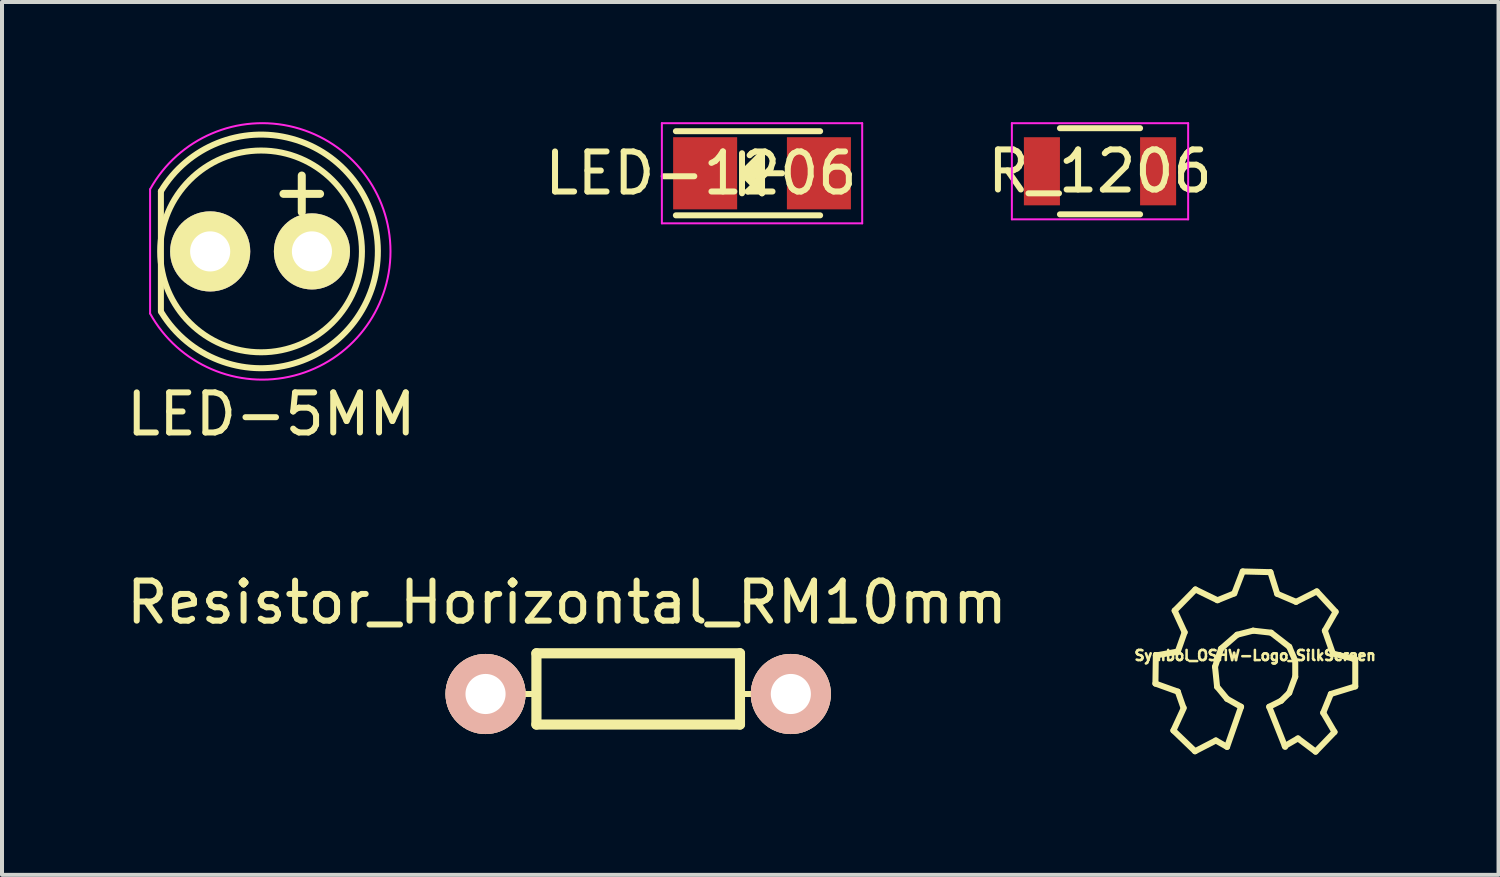
<source format=kicad_pcb>
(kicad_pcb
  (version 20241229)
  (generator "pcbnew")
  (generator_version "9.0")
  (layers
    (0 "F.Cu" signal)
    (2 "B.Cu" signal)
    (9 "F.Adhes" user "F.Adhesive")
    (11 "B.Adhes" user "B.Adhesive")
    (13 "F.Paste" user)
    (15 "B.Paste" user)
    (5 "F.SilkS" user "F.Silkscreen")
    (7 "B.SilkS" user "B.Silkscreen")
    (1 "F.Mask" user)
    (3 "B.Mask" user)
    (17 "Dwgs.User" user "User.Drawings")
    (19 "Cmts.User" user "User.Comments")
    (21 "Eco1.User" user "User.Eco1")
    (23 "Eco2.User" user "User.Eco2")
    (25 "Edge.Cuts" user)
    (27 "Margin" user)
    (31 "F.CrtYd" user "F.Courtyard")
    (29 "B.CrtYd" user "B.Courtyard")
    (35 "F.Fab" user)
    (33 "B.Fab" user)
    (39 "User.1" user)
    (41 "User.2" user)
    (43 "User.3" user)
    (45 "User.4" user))
  (footprint "Symbol_OSHW-Logo_SilkScreen"
    (layer "F.Cu")
    (at 28.278 13.692)
    (property "Reference" "Symbol_OSHW-Logo_SilkScreen" (at 0 -0.381 0) (layer "F.SilkS") (effects (font (size 0.254 0.254) (thickness 0.064))))
    (attr through_hole)
    (fp_line (start -2.489 0.32) (end -1.93 0.521) (stroke (width 0.15) (type solid)) (layer "F.SilkS"))
    (fp_line (start -2.479 -0.381) (end -2.489 0.32) (stroke (width 0.15) (type solid)) (layer "F.SilkS"))
    (fp_line (start -2.04 1.491) (end -1.501 2.009) (stroke (width 0.15) (type solid)) (layer "F.SilkS"))
    (fp_line (start -2.009 -1.501) (end -1.76 -0.96) (stroke (width 0.15) (type solid)) (layer "F.SilkS"))
    (fp_line (start -1.93 -0.48) (end -2.479 -0.381) (stroke (width 0.15) (type solid)) (layer "F.SilkS"))
    (fp_line (start -1.93 0.521) (end -1.791 0.919) (stroke (width 0.15) (type solid)) (layer "F.SilkS"))
    (fp_line (start -1.781 0.93) (end -2.04 1.491) (stroke (width 0.15) (type solid)) (layer "F.SilkS"))
    (fp_line (start -1.76 -0.96) (end -1.93 -0.48) (stroke (width 0.15) (type solid)) (layer "F.SilkS"))
    (fp_line (start -1.501 2.009) (end -0.98 1.74) (stroke (width 0.15) (type solid)) (layer "F.SilkS"))
    (fp_line (start -1.491 -2.029) (end -2.009 -1.501) (stroke (width 0.15) (type solid)) (layer "F.SilkS"))
    (fp_line (start -1.001 -0.099) (end -0.95 0.399) (stroke (width 0.15) (type solid)) (layer "F.SilkS"))
    (fp_line (start -0.98 1.74) (end -0.701 1.9) (stroke (width 0.15) (type solid)) (layer "F.SilkS"))
    (fp_line (start -0.95 0.399) (end -0.701 0.701) (stroke (width 0.15) (type solid)) (layer "F.SilkS"))
    (fp_line (start -0.94 -1.76) (end -1.491 -2.029) (stroke (width 0.15) (type solid)) (layer "F.SilkS"))
    (fp_line (start -0.851 -0.551) (end -1.001 -0.099) (stroke (width 0.15) (type solid)) (layer "F.SilkS"))
    (fp_line (start -0.701 0.701) (end -0.351 0.899) (stroke (width 0.15) (type solid)) (layer "F.SilkS"))
    (fp_line (start -0.521 -1.93) (end -0.94 -1.76) (stroke (width 0.15) (type solid)) (layer "F.SilkS"))
    (fp_line (start -0.45 -0.899) (end -0.851 -0.551) (stroke (width 0.15) (type solid)) (layer "F.SilkS"))
    (fp_line (start -0.351 0.899) (end -0.701 1.9) (stroke (width 0.15) (type solid)) (layer "F.SilkS"))
    (fp_line (start -0.31 -2.479) (end -0.521 -1.93) (stroke (width 0.15) (type solid)) (layer "F.SilkS"))
    (fp_line (start -0.051 -1.001) (end -0.45 -0.899) (stroke (width 0.15) (type solid)) (layer "F.SilkS"))
    (fp_line (start 0.351 0.899) (end 0.65 0.749) (stroke (width 0.15) (type solid)) (layer "F.SilkS"))
    (fp_line (start 0.351 0.899) (end 0.749 1.9) (stroke (width 0.15) (type solid)) (layer "F.SilkS"))
    (fp_line (start 0.381 -2.461) (end -0.31 -2.479) (stroke (width 0.15) (type solid)) (layer "F.SilkS"))
    (fp_line (start 0.399 -0.95) (end -0.051 -1.001) (stroke (width 0.15) (type solid)) (layer "F.SilkS"))
    (fp_line (start 0.551 -1.92) (end 0.381 -2.461) (stroke (width 0.15) (type solid)) (layer "F.SilkS"))
    (fp_line (start 0.65 0.749) (end 0.851 0.551) (stroke (width 0.15) (type solid)) (layer "F.SilkS"))
    (fp_line (start 0.739 1.88) (end 1.069 1.689) (stroke (width 0.15) (type solid)) (layer "F.SilkS"))
    (fp_line (start 0.851 -0.599) (end 0.399 -0.95) (stroke (width 0.15) (type solid)) (layer "F.SilkS"))
    (fp_line (start 0.851 0.551) (end 1.001 0.15) (stroke (width 0.15) (type solid)) (layer "F.SilkS"))
    (fp_line (start 1.001 -0.249) (end 0.851 -0.599) (stroke (width 0.15) (type solid)) (layer "F.SilkS"))
    (fp_line (start 1.001 0.15) (end 1.001 -0.249) (stroke (width 0.15) (type solid)) (layer "F.SilkS"))
    (fp_line (start 1.021 -1.72) (end 0.551 -1.92) (stroke (width 0.15) (type solid)) (layer "F.SilkS"))
    (fp_line (start 1.069 1.689) (end 1.509 2.019) (stroke (width 0.15) (type solid)) (layer "F.SilkS"))
    (fp_line (start 1.509 2.019) (end 1.981 1.529) (stroke (width 0.15) (type solid)) (layer "F.SilkS"))
    (fp_line (start 1.539 -1.981) (end 1.021 -1.72) (stroke (width 0.15) (type solid)) (layer "F.SilkS"))
    (fp_line (start 1.699 1.049) (end 1.89 0.579) (stroke (width 0.15) (type solid)) (layer "F.SilkS"))
    (fp_line (start 1.74 -1.001) (end 2.009 -1.471) (stroke (width 0.15) (type solid)) (layer "F.SilkS"))
    (fp_line (start 1.89 0.579) (end 2.499 0.391) (stroke (width 0.15) (type solid)) (layer "F.SilkS"))
    (fp_line (start 1.941 -0.429) (end 1.74 -1.001) (stroke (width 0.15) (type solid)) (layer "F.SilkS"))
    (fp_line (start 1.981 1.529) (end 1.699 1.049) (stroke (width 0.15) (type solid)) (layer "F.SilkS"))
    (fp_line (start 2.009 -1.471) (end 1.539 -1.981) (stroke (width 0.15) (type solid)) (layer "F.SilkS"))
    (fp_line (start 2.499 -0.29) (end 1.941 -0.429) (stroke (width 0.15) (type solid)) (layer "F.SilkS"))
    (fp_line (start 2.499 0.391) (end 2.499 -0.29) (stroke (width 0.15) (type solid)) (layer "F.SilkS")))
  (footprint "LED-5MM"
    (layer "F.Cu")
    (at 2.196 3.225)
    (property "Reference" "LED-5MM" (at 1.524 4.064 0) (layer "F.SilkS") (effects (font (size 1 1) (thickness 0.15))))
    (attr through_hole)
    (fp_line (start -1.23 1.5) (end -1.23 -1.5) (stroke (width 0.15) (type solid)) (layer "F.SilkS"))
    (fp_arc (start -1.23 -1.5) (mid 4.18544 -0.014565) (end -1.214888 1.524904) (stroke (width 0.15) (type solid)) (layer "F.SilkS"))
    (fp_circle (center 1.27 0) (end 0.97 -2.5) (stroke (width 0.15) (type solid)) (fill no) (layer "F.SilkS"))
    (fp_line (start -1.5 -1.55) (end -1.5 1.55) (stroke (width 0.05) (type solid)) (layer "F.CrtYd"))
    (fp_arc (start -1.498248 -1.55316) (mid 4.50039 0.001807) (end -1.5 1.55) (stroke (width 0.05) (type solid)) (layer "F.CrtYd"))
    (fp_text user "+" (at 2.286 -1.524 0) (layer "F.SilkS") (effects (font (size 1.2 1.2) (thickness 0.2))))
    (pad "1" thru_hole circle (at 0 0 120) (size 2 2) (drill 1.001) (layers "*.Cu" "*.Mask" "F.SilkS"))
    (pad "2" thru_hole circle (at 2.54 0 45) (size 1.9 1.9) (drill 1.001) (layers "*.Cu" "*.Mask" "F.SilkS")))
  (footprint "Resistor_Horizontal_RM10mm"
    (layer "F.Cu")
    (at 12.879 14.272)
    (property "Reference" "Resistor_Horizontal_RM10mm" (at -1.778 -2.286 0) (layer "F.SilkS") (effects (font (size 1 1) (thickness 0.15))))
    (attr through_hole)
    (fp_line (start -2.54 -1.016) (end -2.54 0.762) (stroke (width 0.254) (type solid)) (layer "F.SilkS"))
    (fp_line (start -2.54 0) (end -3.81 0) (stroke (width 0.15) (type solid)) (layer "F.SilkS"))
    (fp_line (start -2.54 0.762) (end 2.54 0.762) (stroke (width 0.254) (type solid)) (layer "F.SilkS"))
    (fp_line (start 2.54 -1.016) (end -2.54 -1.016) (stroke (width 0.254) (type solid)) (layer "F.SilkS"))
    (fp_line (start 2.54 0) (end 3.81 0) (stroke (width 0.15) (type solid)) (layer "F.SilkS"))
    (fp_line (start 2.54 0.762) (end 2.54 -1.016) (stroke (width 0.254) (type solid)) (layer "F.SilkS"))
    (pad "1" thru_hole circle (at -3.81 0) (size 1.999 1.999) (drill 1.001) (layers "*.Cu" "*.SilkS" "*.Mask"))
    (pad "2" thru_hole circle (at 3.81 0) (size 1.999 1.999) (drill 1.001) (layers "*.Cu" "*.SilkS" "*.Mask")))
  (footprint "R_1206"
    (layer "F.Cu")
    (at 24.406 1.225)
    (property "Reference" "R_1206" (at 0 0 0) (layer "F.SilkS") (effects (font (size 1 1) (thickness 0.15))))
    (attr smd)
    (fp_line (start -1 -1.075) (end 1 -1.075) (stroke (width 0.15) (type solid)) (layer "F.SilkS"))
    (fp_line (start 1 1.075) (end -1 1.075) (stroke (width 0.15) (type solid)) (layer "F.SilkS"))
    (fp_line (start -2.2 -1.2) (end -2.2 1.2) (stroke (width 0.05) (type solid)) (layer "F.CrtYd"))
    (fp_line (start -2.2 -1.2) (end 2.2 -1.2) (stroke (width 0.05) (type solid)) (layer "F.CrtYd"))
    (fp_line (start -2.2 1.2) (end 2.2 1.2) (stroke (width 0.05) (type solid)) (layer "F.CrtYd"))
    (fp_line (start 2.2 -1.2) (end 2.2 1.2) (stroke (width 0.05) (type solid)) (layer "F.CrtYd"))
    (pad "1" smd rect (at -1.45 0) (size 0.9 1.7) (layers "F.Cu" "F.Mask" "F.Paste"))
    (pad "2" smd rect (at 1.45 0) (size 0.9 1.7) (layers "F.Cu" "F.Mask" "F.Paste")))
  (footprint "LED-1206"
    (layer "F.Cu")
    (at 15.97 1.275)
    (property "Reference" "LED-1206" (at -1.524 0 0) (layer "F.SilkS") (effects (font (size 1 1) (thickness 0.15))))
    (attr smd)
    (fp_line (start -2.15 -1.05) (end 1.45 -1.05) (stroke (width 0.15) (type solid)) (layer "F.SilkS"))
    (fp_line (start -2.15 1.05) (end 1.45 1.05) (stroke (width 0.15) (type solid)) (layer "F.SilkS"))
    (fp_line (start -0.5 -0.5) (end -0.5 0.5) (stroke (width 0.15) (type solid)) (layer "F.SilkS"))
    (fp_line (start -0.5 0) (end 0 -0.5) (stroke (width 0.15) (type solid)) (layer "F.SilkS"))
    (fp_line (start -0.4 0) (end -0.2 -0.2) (stroke (width 0.15) (type solid)) (layer "F.SilkS"))
    (fp_line (start -0.2 -0.2) (end -0.2 0.05) (stroke (width 0.15) (type solid)) (layer "F.SilkS"))
    (fp_line (start -0.2 0.05) (end -0.25 0) (stroke (width 0.15) (type solid)) (layer "F.SilkS"))
    (fp_line (start -0.1 -0.3) (end -0.1 0.3) (stroke (width 0.15) (type solid)) (layer "F.SilkS"))
    (fp_line (start -0.1 0.3) (end -0.4 0) (stroke (width 0.15) (type solid)) (layer "F.SilkS"))
    (fp_line (start 0 -0.5) (end 0 0.5) (stroke (width 0.15) (type solid)) (layer "F.SilkS"))
    (fp_line (start 0 0) (end 0.5 0) (stroke (width 0.15) (type solid)) (layer "F.SilkS"))
    (fp_line (start 0 0.5) (end -0.5 0) (stroke (width 0.15) (type solid)) (layer "F.SilkS"))
    (fp_line (start -2.5 -1.25) (end -2.5 1.25) (stroke (width 0.05) (type solid)) (layer "F.CrtYd"))
    (fp_line (start -2.5 1.25) (end 2.5 1.25) (stroke (width 0.05) (type solid)) (layer "F.CrtYd"))
    (fp_line (start 2.5 -1.25) (end -2.5 -1.25) (stroke (width 0.05) (type solid)) (layer "F.CrtYd"))
    (fp_line (start 2.5 1.25) (end 2.5 -1.25) (stroke (width 0.05) (type solid)) (layer "F.CrtYd"))
    (pad "1" smd rect (at -1.42 0 180) (size 1.598 1.801) (layers "F.Cu" "F.Mask" "F.Paste"))
    (pad "2" smd rect (at 1.42 0 180) (size 1.598 1.801) (layers "F.Cu" "F.Mask" "F.Paste")))
  (gr_rect
    (start -3 -3)
    (end 34.353 18.786)
    (stroke (width 0.1) (type default))
    (fill no)
    (layer "Edge.Cuts")))
</source>
